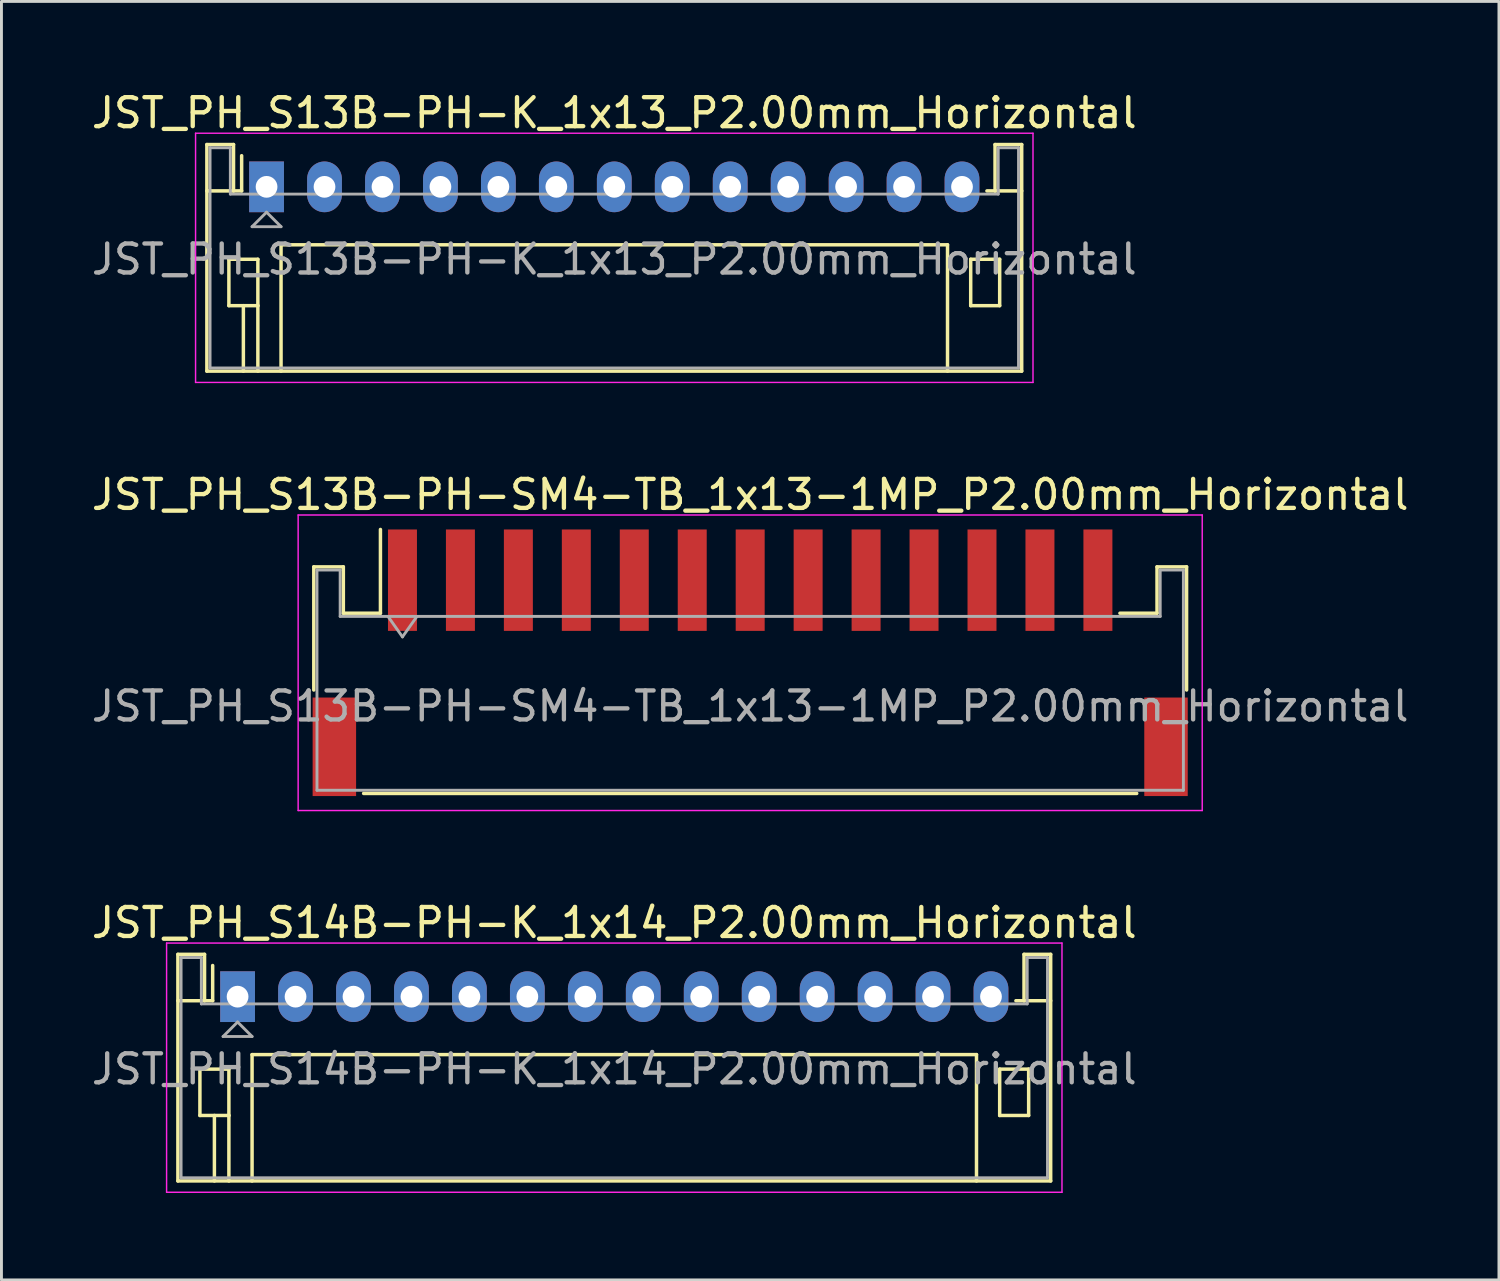
<source format=kicad_pcb>
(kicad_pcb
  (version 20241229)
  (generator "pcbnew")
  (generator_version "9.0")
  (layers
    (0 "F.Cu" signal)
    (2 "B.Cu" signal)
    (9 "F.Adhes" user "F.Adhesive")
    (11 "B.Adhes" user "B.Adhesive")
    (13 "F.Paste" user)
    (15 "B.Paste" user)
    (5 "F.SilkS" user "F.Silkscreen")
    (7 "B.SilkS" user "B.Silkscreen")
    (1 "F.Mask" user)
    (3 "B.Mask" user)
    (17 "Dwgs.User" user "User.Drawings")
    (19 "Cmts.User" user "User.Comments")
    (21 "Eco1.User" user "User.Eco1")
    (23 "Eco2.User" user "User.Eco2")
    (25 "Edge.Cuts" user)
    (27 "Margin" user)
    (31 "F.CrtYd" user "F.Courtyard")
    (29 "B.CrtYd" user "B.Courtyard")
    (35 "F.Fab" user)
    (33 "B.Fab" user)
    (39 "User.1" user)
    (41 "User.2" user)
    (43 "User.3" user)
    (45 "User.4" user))
  (footprint "JST_PH_S13B-PH-SM4-TB_1x13-1MP_P2.00mm_Horizontal"
    (layer "F.Cu")
    (at 22.839 19.822)
    (property "Reference" "JST_PH_S13B-PH-SM4-TB_1x13-1MP_P2.00mm_Horizontal" (at 0 -5.8 0) (layer "F.SilkS") (effects (font (size 1 1) (thickness 0.15))))
    (attr smd)
    (fp_line (start -15.06 -3.31) (end -14.04 -3.31) (stroke (width 0.12) (type solid)) (layer "F.SilkS"))
    (fp_line (start -15.06 0.94) (end -15.06 -3.31) (stroke (width 0.12) (type solid)) (layer "F.SilkS"))
    (fp_line (start -14.04 -3.31) (end -14.04 -1.71) (stroke (width 0.12) (type solid)) (layer "F.SilkS"))
    (fp_line (start -14.04 -1.71) (end -12.76 -1.71) (stroke (width 0.12) (type solid)) (layer "F.SilkS"))
    (fp_line (start -13.34 4.51) (end 13.34 4.51) (stroke (width 0.12) (type solid)) (layer "F.SilkS"))
    (fp_line (start -12.76 -1.71) (end -12.76 -4.6) (stroke (width 0.12) (type solid)) (layer "F.SilkS"))
    (fp_line (start 14.04 -3.31) (end 14.04 -1.71) (stroke (width 0.12) (type solid)) (layer "F.SilkS"))
    (fp_line (start 14.04 -1.71) (end 12.76 -1.71) (stroke (width 0.12) (type solid)) (layer "F.SilkS"))
    (fp_line (start 15.06 -3.31) (end 14.04 -3.31) (stroke (width 0.12) (type solid)) (layer "F.SilkS"))
    (fp_line (start 15.06 0.94) (end 15.06 -3.31) (stroke (width 0.12) (type solid)) (layer "F.SilkS"))
    (fp_line (start -15.6 -5.1) (end -15.6 5.1) (stroke (width 0.05) (type solid)) (layer "F.CrtYd"))
    (fp_line (start -15.6 5.1) (end 15.6 5.1) (stroke (width 0.05) (type solid)) (layer "F.CrtYd"))
    (fp_line (start 15.6 -5.1) (end -15.6 -5.1) (stroke (width 0.05) (type solid)) (layer "F.CrtYd"))
    (fp_line (start 15.6 5.1) (end 15.6 -5.1) (stroke (width 0.05) (type solid)) (layer "F.CrtYd"))
    (fp_line (start -14.95 -3.2) (end -14.95 4.4) (stroke (width 0.1) (type solid)) (layer "F.Fab"))
    (fp_line (start -14.95 -3.2) (end -14.15 -3.2) (stroke (width 0.1) (type solid)) (layer "F.Fab"))
    (fp_line (start -14.95 4.4) (end 14.95 4.4) (stroke (width 0.1) (type solid)) (layer "F.Fab"))
    (fp_line (start -14.15 -3.2) (end -14.15 -1.6) (stroke (width 0.1) (type solid)) (layer "F.Fab"))
    (fp_line (start -14.15 -1.6) (end 14.15 -1.6) (stroke (width 0.1) (type solid)) (layer "F.Fab"))
    (fp_line (start -12.5 -1.6) (end -12 -0.893) (stroke (width 0.1) (type solid)) (layer "F.Fab"))
    (fp_line (start -12 -0.893) (end -11.5 -1.6) (stroke (width 0.1) (type solid)) (layer "F.Fab"))
    (fp_line (start 14.15 -3.2) (end 14.95 -3.2) (stroke (width 0.1) (type solid)) (layer "F.Fab"))
    (fp_line (start 14.15 -1.6) (end 14.15 -3.2) (stroke (width 0.1) (type solid)) (layer "F.Fab"))
    (fp_line (start 14.95 -3.2) (end 14.95 4.4) (stroke (width 0.1) (type solid)) (layer "F.Fab"))
    (fp_text user "${REFERENCE}" (at 0 1.5 0) (layer "F.Fab") (effects (font (size 1 1) (thickness 0.15))))
    (pad "1" smd rect (at -12 -2.85) (size 1 3.5) (layers "F.Cu" "F.Mask" "F.Paste"))
    (pad "2" smd rect (at -10 -2.85) (size 1 3.5) (layers "F.Cu" "F.Mask" "F.Paste"))
    (pad "3" smd rect (at -8 -2.85) (size 1 3.5) (layers "F.Cu" "F.Mask" "F.Paste"))
    (pad "4" smd rect (at -6 -2.85) (size 1 3.5) (layers "F.Cu" "F.Mask" "F.Paste"))
    (pad "5" smd rect (at -4 -2.85) (size 1 3.5) (layers "F.Cu" "F.Mask" "F.Paste"))
    (pad "6" smd rect (at -2 -2.85) (size 1 3.5) (layers "F.Cu" "F.Mask" "F.Paste"))
    (pad "7" smd rect (at 0 -2.85) (size 1 3.5) (layers "F.Cu" "F.Mask" "F.Paste"))
    (pad "8" smd rect (at 2 -2.85) (size 1 3.5) (layers "F.Cu" "F.Mask" "F.Paste"))
    (pad "9" smd rect (at 4 -2.85) (size 1 3.5) (layers "F.Cu" "F.Mask" "F.Paste"))
    (pad "10" smd rect (at 6 -2.85) (size 1 3.5) (layers "F.Cu" "F.Mask" "F.Paste"))
    (pad "11" smd rect (at 8 -2.85) (size 1 3.5) (layers "F.Cu" "F.Mask" "F.Paste"))
    (pad "12" smd rect (at 10 -2.85) (size 1 3.5) (layers "F.Cu" "F.Mask" "F.Paste"))
    (pad "13" smd rect (at 12 -2.85) (size 1 3.5) (layers "F.Cu" "F.Mask" "F.Paste"))
    (pad "MP" smd rect (at -14.35 2.9) (size 1.5 3.4) (layers "F.Cu" "F.Mask" "F.Paste"))
    (pad "MP" smd rect (at 14.35 2.9) (size 1.5 3.4) (layers "F.Cu" "F.Mask" "F.Paste")))
  (footprint "JST_PH_S14B-PH-K_1x14_P2.00mm_Horizontal"
    (layer "F.Cu")
    (at 5.149 31.345)
    (property "Reference" "JST_PH_S14B-PH-K_1x14_P2.00mm_Horizontal" (at 13 -2.55 0) (layer "F.SilkS") (effects (font (size 1 1) (thickness 0.15))))
    (attr through_hole)
    (fp_line (start -2.06 -1.46) (end -2.06 6.36) (stroke (width 0.12) (type solid)) (layer "F.SilkS"))
    (fp_line (start -2.06 0.14) (end -1.14 0.14) (stroke (width 0.12) (type solid)) (layer "F.SilkS"))
    (fp_line (start -2.06 6.36) (end 28.06 6.36) (stroke (width 0.12) (type solid)) (layer "F.SilkS"))
    (fp_line (start -1.3 2.5) (end -1.3 4.1) (stroke (width 0.12) (type solid)) (layer "F.SilkS"))
    (fp_line (start -1.3 4.1) (end -0.3 4.1) (stroke (width 0.12) (type solid)) (layer "F.SilkS"))
    (fp_line (start -1.14 -1.46) (end -2.06 -1.46) (stroke (width 0.12) (type solid)) (layer "F.SilkS"))
    (fp_line (start -1.14 0.14) (end -1.14 -1.46) (stroke (width 0.12) (type solid)) (layer "F.SilkS"))
    (fp_line (start -0.86 0.14) (end -1.14 0.14) (stroke (width 0.12) (type solid)) (layer "F.SilkS"))
    (fp_line (start -0.86 0.14) (end -0.86 -1.075) (stroke (width 0.12) (type solid)) (layer "F.SilkS"))
    (fp_line (start -0.8 4.1) (end -0.8 6.36) (stroke (width 0.12) (type solid)) (layer "F.SilkS"))
    (fp_line (start -0.3 2.5) (end -1.3 2.5) (stroke (width 0.12) (type solid)) (layer "F.SilkS"))
    (fp_line (start -0.3 4.1) (end -0.3 2.5) (stroke (width 0.12) (type solid)) (layer "F.SilkS"))
    (fp_line (start -0.3 4.1) (end -0.3 6.36) (stroke (width 0.12) (type solid)) (layer "F.SilkS"))
    (fp_line (start 0.5 2) (end 25.5 2) (stroke (width 0.12) (type solid)) (layer "F.SilkS"))
    (fp_line (start 0.5 6.36) (end 0.5 2) (stroke (width 0.12) (type solid)) (layer "F.SilkS"))
    (fp_line (start 25.5 2) (end 25.5 6.36) (stroke (width 0.12) (type solid)) (layer "F.SilkS"))
    (fp_line (start 26.3 2.5) (end 27.3 2.5) (stroke (width 0.12) (type solid)) (layer "F.SilkS"))
    (fp_line (start 26.3 4.1) (end 26.3 2.5) (stroke (width 0.12) (type solid)) (layer "F.SilkS"))
    (fp_line (start 27.14 -1.46) (end 27.14 0.14) (stroke (width 0.12) (type solid)) (layer "F.SilkS"))
    (fp_line (start 27.14 0.14) (end 26.86 0.14) (stroke (width 0.12) (type solid)) (layer "F.SilkS"))
    (fp_line (start 27.3 2.5) (end 27.3 4.1) (stroke (width 0.12) (type solid)) (layer "F.SilkS"))
    (fp_line (start 27.3 4.1) (end 26.3 4.1) (stroke (width 0.12) (type solid)) (layer "F.SilkS"))
    (fp_line (start 28.06 -1.46) (end 27.14 -1.46) (stroke (width 0.12) (type solid)) (layer "F.SilkS"))
    (fp_line (start 28.06 0.14) (end 27.14 0.14) (stroke (width 0.12) (type solid)) (layer "F.SilkS"))
    (fp_line (start 28.06 6.36) (end 28.06 -1.46) (stroke (width 0.12) (type solid)) (layer "F.SilkS"))
    (fp_line (start -2.45 -1.85) (end -2.45 6.75) (stroke (width 0.05) (type solid)) (layer "F.CrtYd"))
    (fp_line (start -2.45 6.75) (end 28.45 6.75) (stroke (width 0.05) (type solid)) (layer "F.CrtYd"))
    (fp_line (start 28.45 -1.85) (end -2.45 -1.85) (stroke (width 0.05) (type solid)) (layer "F.CrtYd"))
    (fp_line (start 28.45 6.75) (end 28.45 -1.85) (stroke (width 0.05) (type solid)) (layer "F.CrtYd"))
    (fp_line (start -1.95 -1.35) (end -1.95 6.25) (stroke (width 0.1) (type solid)) (layer "F.Fab"))
    (fp_line (start -1.95 6.25) (end 27.95 6.25) (stroke (width 0.1) (type solid)) (layer "F.Fab"))
    (fp_line (start -1.25 -1.35) (end -1.95 -1.35) (stroke (width 0.1) (type solid)) (layer "F.Fab"))
    (fp_line (start -1.25 0.25) (end -1.25 -1.35) (stroke (width 0.1) (type solid)) (layer "F.Fab"))
    (fp_line (start -0.5 1.375) (end 0.5 1.375) (stroke (width 0.1) (type solid)) (layer "F.Fab"))
    (fp_line (start 0 0.875) (end -0.5 1.375) (stroke (width 0.1) (type solid)) (layer "F.Fab"))
    (fp_line (start 0.5 1.375) (end 0 0.875) (stroke (width 0.1) (type solid)) (layer "F.Fab"))
    (fp_line (start 27.25 -1.35) (end 27.25 0.25) (stroke (width 0.1) (type solid)) (layer "F.Fab"))
    (fp_line (start 27.25 0.25) (end -1.25 0.25) (stroke (width 0.1) (type solid)) (layer "F.Fab"))
    (fp_line (start 27.95 -1.35) (end 27.25 -1.35) (stroke (width 0.1) (type solid)) (layer "F.Fab"))
    (fp_line (start 27.95 6.25) (end 27.95 -1.35) (stroke (width 0.1) (type solid)) (layer "F.Fab"))
    (fp_text user "${REFERENCE}" (at 13 2.5 0) (layer "F.Fab") (effects (font (size 1 1) (thickness 0.15))))
    (pad "1" thru_hole rect (at 0 0) (size 1.2 1.75) (drill 0.75) (layers "*.Cu" "*.Mask"))
    (pad "2" thru_hole oval (at 2 0) (size 1.2 1.75) (drill 0.75) (layers "*.Cu" "*.Mask"))
    (pad "3" thru_hole oval (at 4 0) (size 1.2 1.75) (drill 0.75) (layers "*.Cu" "*.Mask"))
    (pad "4" thru_hole oval (at 6 0) (size 1.2 1.75) (drill 0.75) (layers "*.Cu" "*.Mask"))
    (pad "5" thru_hole oval (at 8 0) (size 1.2 1.75) (drill 0.75) (layers "*.Cu" "*.Mask"))
    (pad "6" thru_hole oval (at 10 0) (size 1.2 1.75) (drill 0.75) (layers "*.Cu" "*.Mask"))
    (pad "7" thru_hole oval (at 12 0) (size 1.2 1.75) (drill 0.75) (layers "*.Cu" "*.Mask"))
    (pad "8" thru_hole oval (at 14 0) (size 1.2 1.75) (drill 0.75) (layers "*.Cu" "*.Mask"))
    (pad "9" thru_hole oval (at 16 0) (size 1.2 1.75) (drill 0.75) (layers "*.Cu" "*.Mask"))
    (pad "10" thru_hole oval (at 18 0) (size 1.2 1.75) (drill 0.75) (layers "*.Cu" "*.Mask"))
    (pad "11" thru_hole oval (at 20 0) (size 1.2 1.75) (drill 0.75) (layers "*.Cu" "*.Mask"))
    (pad "12" thru_hole oval (at 22 0) (size 1.2 1.75) (drill 0.75) (layers "*.Cu" "*.Mask"))
    (pad "13" thru_hole oval (at 24 0) (size 1.2 1.75) (drill 0.75) (layers "*.Cu" "*.Mask"))
    (pad "14" thru_hole oval (at 26 0) (size 1.2 1.75) (drill 0.75) (layers "*.Cu" "*.Mask")))
  (footprint "JST_PH_S13B-PH-K_1x13_P2.00mm_Horizontal"
    (layer "F.Cu")
    (at 6.149 3.398)
    (property "Reference" "JST_PH_S13B-PH-K_1x13_P2.00mm_Horizontal" (at 12 -2.55 0) (layer "F.SilkS") (effects (font (size 1 1) (thickness 0.15))))
    (attr through_hole)
    (fp_line (start -2.06 -1.46) (end -2.06 6.36) (stroke (width 0.12) (type solid)) (layer "F.SilkS"))
    (fp_line (start -2.06 0.14) (end -1.14 0.14) (stroke (width 0.12) (type solid)) (layer "F.SilkS"))
    (fp_line (start -2.06 6.36) (end 26.06 6.36) (stroke (width 0.12) (type solid)) (layer "F.SilkS"))
    (fp_line (start -1.3 2.5) (end -1.3 4.1) (stroke (width 0.12) (type solid)) (layer "F.SilkS"))
    (fp_line (start -1.3 4.1) (end -0.3 4.1) (stroke (width 0.12) (type solid)) (layer "F.SilkS"))
    (fp_line (start -1.14 -1.46) (end -2.06 -1.46) (stroke (width 0.12) (type solid)) (layer "F.SilkS"))
    (fp_line (start -1.14 0.14) (end -1.14 -1.46) (stroke (width 0.12) (type solid)) (layer "F.SilkS"))
    (fp_line (start -0.86 0.14) (end -1.14 0.14) (stroke (width 0.12) (type solid)) (layer "F.SilkS"))
    (fp_line (start -0.86 0.14) (end -0.86 -1.075) (stroke (width 0.12) (type solid)) (layer "F.SilkS"))
    (fp_line (start -0.8 4.1) (end -0.8 6.36) (stroke (width 0.12) (type solid)) (layer "F.SilkS"))
    (fp_line (start -0.3 2.5) (end -1.3 2.5) (stroke (width 0.12) (type solid)) (layer "F.SilkS"))
    (fp_line (start -0.3 4.1) (end -0.3 2.5) (stroke (width 0.12) (type solid)) (layer "F.SilkS"))
    (fp_line (start -0.3 4.1) (end -0.3 6.36) (stroke (width 0.12) (type solid)) (layer "F.SilkS"))
    (fp_line (start 0.5 2) (end 23.5 2) (stroke (width 0.12) (type solid)) (layer "F.SilkS"))
    (fp_line (start 0.5 6.36) (end 0.5 2) (stroke (width 0.12) (type solid)) (layer "F.SilkS"))
    (fp_line (start 23.5 2) (end 23.5 6.36) (stroke (width 0.12) (type solid)) (layer "F.SilkS"))
    (fp_line (start 24.3 2.5) (end 25.3 2.5) (stroke (width 0.12) (type solid)) (layer "F.SilkS"))
    (fp_line (start 24.3 4.1) (end 24.3 2.5) (stroke (width 0.12) (type solid)) (layer "F.SilkS"))
    (fp_line (start 25.14 -1.46) (end 25.14 0.14) (stroke (width 0.12) (type solid)) (layer "F.SilkS"))
    (fp_line (start 25.14 0.14) (end 24.86 0.14) (stroke (width 0.12) (type solid)) (layer "F.SilkS"))
    (fp_line (start 25.3 2.5) (end 25.3 4.1) (stroke (width 0.12) (type solid)) (layer "F.SilkS"))
    (fp_line (start 25.3 4.1) (end 24.3 4.1) (stroke (width 0.12) (type solid)) (layer "F.SilkS"))
    (fp_line (start 26.06 -1.46) (end 25.14 -1.46) (stroke (width 0.12) (type solid)) (layer "F.SilkS"))
    (fp_line (start 26.06 0.14) (end 25.14 0.14) (stroke (width 0.12) (type solid)) (layer "F.SilkS"))
    (fp_line (start 26.06 6.36) (end 26.06 -1.46) (stroke (width 0.12) (type solid)) (layer "F.SilkS"))
    (fp_line (start -2.45 -1.85) (end -2.45 6.75) (stroke (width 0.05) (type solid)) (layer "F.CrtYd"))
    (fp_line (start -2.45 6.75) (end 26.45 6.75) (stroke (width 0.05) (type solid)) (layer "F.CrtYd"))
    (fp_line (start 26.45 -1.85) (end -2.45 -1.85) (stroke (width 0.05) (type solid)) (layer "F.CrtYd"))
    (fp_line (start 26.45 6.75) (end 26.45 -1.85) (stroke (width 0.05) (type solid)) (layer "F.CrtYd"))
    (fp_line (start -1.95 -1.35) (end -1.95 6.25) (stroke (width 0.1) (type solid)) (layer "F.Fab"))
    (fp_line (start -1.95 6.25) (end 25.95 6.25) (stroke (width 0.1) (type solid)) (layer "F.Fab"))
    (fp_line (start -1.25 -1.35) (end -1.95 -1.35) (stroke (width 0.1) (type solid)) (layer "F.Fab"))
    (fp_line (start -1.25 0.25) (end -1.25 -1.35) (stroke (width 0.1) (type solid)) (layer "F.Fab"))
    (fp_line (start -0.5 1.375) (end 0.5 1.375) (stroke (width 0.1) (type solid)) (layer "F.Fab"))
    (fp_line (start 0 0.875) (end -0.5 1.375) (stroke (width 0.1) (type solid)) (layer "F.Fab"))
    (fp_line (start 0.5 1.375) (end 0 0.875) (stroke (width 0.1) (type solid)) (layer "F.Fab"))
    (fp_line (start 25.25 -1.35) (end 25.25 0.25) (stroke (width 0.1) (type solid)) (layer "F.Fab"))
    (fp_line (start 25.25 0.25) (end -1.25 0.25) (stroke (width 0.1) (type solid)) (layer "F.Fab"))
    (fp_line (start 25.95 -1.35) (end 25.25 -1.35) (stroke (width 0.1) (type solid)) (layer "F.Fab"))
    (fp_line (start 25.95 6.25) (end 25.95 -1.35) (stroke (width 0.1) (type solid)) (layer "F.Fab"))
    (fp_text user "${REFERENCE}" (at 12 2.5 0) (layer "F.Fab") (effects (font (size 1 1) (thickness 0.15))))
    (pad "1" thru_hole rect (at 0 0) (size 1.2 1.75) (drill 0.75) (layers "*.Cu" "*.Mask"))
    (pad "2" thru_hole oval (at 2 0) (size 1.2 1.75) (drill 0.75) (layers "*.Cu" "*.Mask"))
    (pad "3" thru_hole oval (at 4 0) (size 1.2 1.75) (drill 0.75) (layers "*.Cu" "*.Mask"))
    (pad "4" thru_hole oval (at 6 0) (size 1.2 1.75) (drill 0.75) (layers "*.Cu" "*.Mask"))
    (pad "5" thru_hole oval (at 8 0) (size 1.2 1.75) (drill 0.75) (layers "*.Cu" "*.Mask"))
    (pad "6" thru_hole oval (at 10 0) (size 1.2 1.75) (drill 0.75) (layers "*.Cu" "*.Mask"))
    (pad "7" thru_hole oval (at 12 0) (size 1.2 1.75) (drill 0.75) (layers "*.Cu" "*.Mask"))
    (pad "8" thru_hole oval (at 14 0) (size 1.2 1.75) (drill 0.75) (layers "*.Cu" "*.Mask"))
    (pad "9" thru_hole oval (at 16 0) (size 1.2 1.75) (drill 0.75) (layers "*.Cu" "*.Mask"))
    (pad "10" thru_hole oval (at 18 0) (size 1.2 1.75) (drill 0.75) (layers "*.Cu" "*.Mask"))
    (pad "11" thru_hole oval (at 20 0) (size 1.2 1.75) (drill 0.75) (layers "*.Cu" "*.Mask"))
    (pad "12" thru_hole oval (at 22 0) (size 1.2 1.75) (drill 0.75) (layers "*.Cu" "*.Mask"))
    (pad "13" thru_hole oval (at 24 0) (size 1.2 1.75) (drill 0.75) (layers "*.Cu" "*.Mask")))
  (gr_rect
    (start -3 -3)
    (end 48.679 41.12)
    (stroke (width 0.1) (type default))
    (fill no)
    (layer "Edge.Cuts")))
</source>
